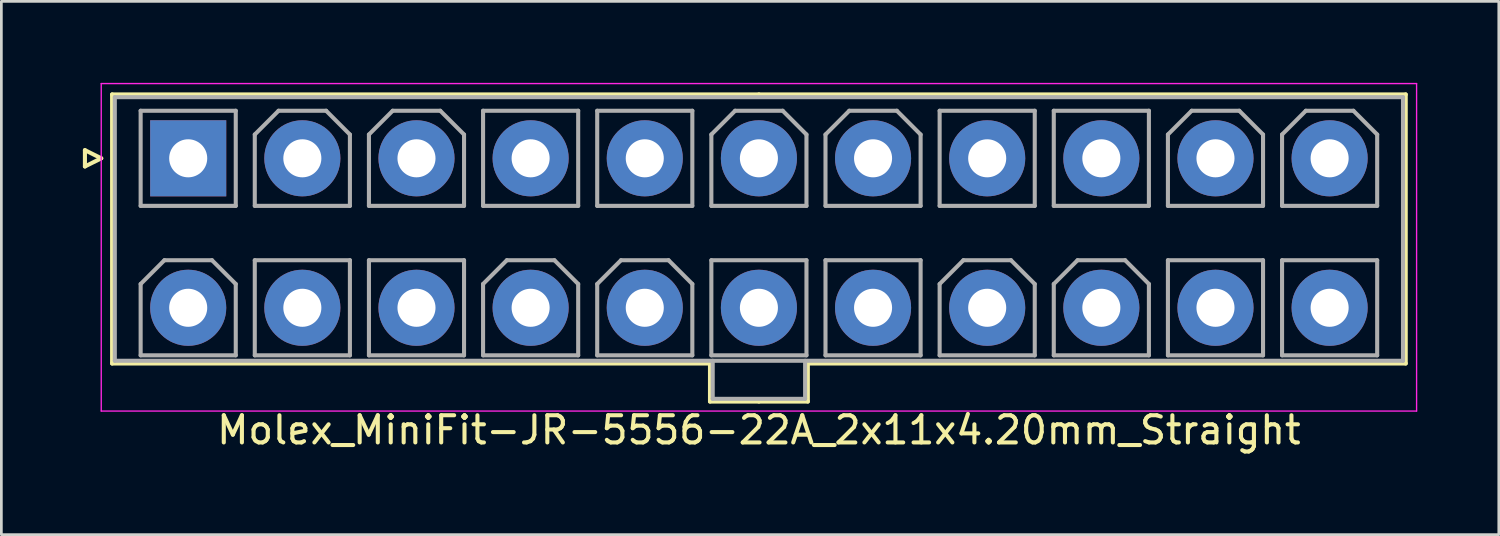
<source format=kicad_pcb>
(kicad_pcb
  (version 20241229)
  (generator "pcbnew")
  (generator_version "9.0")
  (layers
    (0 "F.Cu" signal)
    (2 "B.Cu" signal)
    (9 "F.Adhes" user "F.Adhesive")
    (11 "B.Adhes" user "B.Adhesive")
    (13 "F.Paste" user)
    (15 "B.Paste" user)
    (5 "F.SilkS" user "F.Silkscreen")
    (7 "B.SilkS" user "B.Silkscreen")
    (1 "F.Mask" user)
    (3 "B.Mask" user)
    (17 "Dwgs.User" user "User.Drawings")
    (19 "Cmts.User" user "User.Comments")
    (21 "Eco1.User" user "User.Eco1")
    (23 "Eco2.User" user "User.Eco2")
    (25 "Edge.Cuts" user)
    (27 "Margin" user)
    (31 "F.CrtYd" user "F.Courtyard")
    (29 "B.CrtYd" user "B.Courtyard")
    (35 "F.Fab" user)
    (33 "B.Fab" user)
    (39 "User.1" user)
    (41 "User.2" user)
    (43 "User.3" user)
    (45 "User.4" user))
  (footprint "Molex_MiniFit-JR-5556-22A_2x11x4.20mm_Straight"
    (layer "F.Cu")
    (at 3.875 2.775)
    (property "Reference" "Molex_MiniFit-JR-5556-22A_2x11x4.20mm_Straight" (at 21 10 0) (layer "F.SilkS") (effects (font (size 1 1) (thickness 0.15))))
    (attr through_hole)
    (fp_line (start -3.8 -0.3) (end -3.2 0) (stroke (width 0.15) (type solid)) (layer "F.SilkS"))
    (fp_line (start -3.8 0.3) (end -3.8 -0.3) (stroke (width 0.15) (type solid)) (layer "F.SilkS"))
    (fp_line (start -3.2 0) (end -3.8 0.3) (stroke (width 0.15) (type solid)) (layer "F.SilkS"))
    (fp_line (start -2.8 -2.35) (end -2.8 7.55) (stroke (width 0.15) (type solid)) (layer "F.SilkS"))
    (fp_line (start -2.8 7.55) (end 19.2 7.55) (stroke (width 0.15) (type solid)) (layer "F.SilkS"))
    (fp_line (start 19.2 7.55) (end 19.2 8.95) (stroke (width 0.15) (type solid)) (layer "F.SilkS"))
    (fp_line (start 19.2 8.95) (end 21 8.95) (stroke (width 0.15) (type solid)) (layer "F.SilkS"))
    (fp_line (start 21 -2.35) (end -2.8 -2.35) (stroke (width 0.15) (type solid)) (layer "F.SilkS"))
    (fp_line (start 21 -2.35) (end 44.8 -2.35) (stroke (width 0.15) (type solid)) (layer "F.SilkS"))
    (fp_line (start 22.8 7.55) (end 22.8 8.95) (stroke (width 0.15) (type solid)) (layer "F.SilkS"))
    (fp_line (start 22.8 8.95) (end 21 8.95) (stroke (width 0.15) (type solid)) (layer "F.SilkS"))
    (fp_line (start 44.8 -2.35) (end 44.8 7.55) (stroke (width 0.15) (type solid)) (layer "F.SilkS"))
    (fp_line (start 44.8 7.55) (end 22.8 7.55) (stroke (width 0.15) (type solid)) (layer "F.SilkS"))
    (fp_line (start -3.2 -2.75) (end -3.2 9.3) (stroke (width 0.05) (type solid)) (layer "F.CrtYd"))
    (fp_line (start -3.2 9.3) (end 45.2 9.3) (stroke (width 0.05) (type solid)) (layer "F.CrtYd"))
    (fp_line (start 45.2 -2.75) (end -3.2 -2.75) (stroke (width 0.05) (type solid)) (layer "F.CrtYd"))
    (fp_line (start 45.2 9.3) (end 45.2 -2.75) (stroke (width 0.05) (type solid)) (layer "F.CrtYd"))
    (fp_line (start -2.7 -2.25) (end -2.7 7.45) (stroke (width 0.15) (type solid)) (layer "F.Fab"))
    (fp_line (start -2.7 7.45) (end 44.7 7.45) (stroke (width 0.15) (type solid)) (layer "F.Fab"))
    (fp_line (start -1.75 -1.75) (end -1.75 1.75) (stroke (width 0.15) (type solid)) (layer "F.Fab"))
    (fp_line (start -1.75 1.75) (end 1.75 1.75) (stroke (width 0.15) (type solid)) (layer "F.Fab"))
    (fp_line (start -1.75 4.625) (end -0.875 3.75) (stroke (width 0.15) (type solid)) (layer "F.Fab"))
    (fp_line (start -1.75 7.25) (end -1.75 4.625) (stroke (width 0.15) (type solid)) (layer "F.Fab"))
    (fp_line (start -0.875 3.75) (end 0.875 3.75) (stroke (width 0.15) (type solid)) (layer "F.Fab"))
    (fp_line (start 0.875 3.75) (end 1.75 4.625) (stroke (width 0.15) (type solid)) (layer "F.Fab"))
    (fp_line (start 1.75 -1.75) (end -1.75 -1.75) (stroke (width 0.15) (type solid)) (layer "F.Fab"))
    (fp_line (start 1.75 1.75) (end 1.75 -1.75) (stroke (width 0.15) (type solid)) (layer "F.Fab"))
    (fp_line (start 1.75 4.625) (end 1.75 7.25) (stroke (width 0.15) (type solid)) (layer "F.Fab"))
    (fp_line (start 1.75 7.25) (end -1.75 7.25) (stroke (width 0.15) (type solid)) (layer "F.Fab"))
    (fp_line (start 2.45 -0.875) (end 3.325 -1.75) (stroke (width 0.15) (type solid)) (layer "F.Fab"))
    (fp_line (start 2.45 1.75) (end 2.45 -0.875) (stroke (width 0.15) (type solid)) (layer "F.Fab"))
    (fp_line (start 2.45 3.75) (end 2.45 7.25) (stroke (width 0.15) (type solid)) (layer "F.Fab"))
    (fp_line (start 2.45 7.25) (end 5.95 7.25) (stroke (width 0.15) (type solid)) (layer "F.Fab"))
    (fp_line (start 3.325 -1.75) (end 5.075 -1.75) (stroke (width 0.15) (type solid)) (layer "F.Fab"))
    (fp_line (start 5.075 -1.75) (end 5.95 -0.875) (stroke (width 0.15) (type solid)) (layer "F.Fab"))
    (fp_line (start 5.95 -0.875) (end 5.95 1.75) (stroke (width 0.15) (type solid)) (layer "F.Fab"))
    (fp_line (start 5.95 1.75) (end 2.45 1.75) (stroke (width 0.15) (type solid)) (layer "F.Fab"))
    (fp_line (start 5.95 3.75) (end 2.45 3.75) (stroke (width 0.15) (type solid)) (layer "F.Fab"))
    (fp_line (start 5.95 7.25) (end 5.95 3.75) (stroke (width 0.15) (type solid)) (layer "F.Fab"))
    (fp_line (start 6.65 -0.875) (end 7.525 -1.75) (stroke (width 0.15) (type solid)) (layer "F.Fab"))
    (fp_line (start 6.65 1.75) (end 6.65 -0.875) (stroke (width 0.15) (type solid)) (layer "F.Fab"))
    (fp_line (start 6.65 3.75) (end 6.65 7.25) (stroke (width 0.15) (type solid)) (layer "F.Fab"))
    (fp_line (start 6.65 7.25) (end 10.15 7.25) (stroke (width 0.15) (type solid)) (layer "F.Fab"))
    (fp_line (start 7.525 -1.75) (end 9.275 -1.75) (stroke (width 0.15) (type solid)) (layer "F.Fab"))
    (fp_line (start 9.275 -1.75) (end 10.15 -0.875) (stroke (width 0.15) (type solid)) (layer "F.Fab"))
    (fp_line (start 10.15 -0.875) (end 10.15 1.75) (stroke (width 0.15) (type solid)) (layer "F.Fab"))
    (fp_line (start 10.15 1.75) (end 6.65 1.75) (stroke (width 0.15) (type solid)) (layer "F.Fab"))
    (fp_line (start 10.15 3.75) (end 6.65 3.75) (stroke (width 0.15) (type solid)) (layer "F.Fab"))
    (fp_line (start 10.15 7.25) (end 10.15 3.75) (stroke (width 0.15) (type solid)) (layer "F.Fab"))
    (fp_line (start 10.85 -1.75) (end 10.85 1.75) (stroke (width 0.15) (type solid)) (layer "F.Fab"))
    (fp_line (start 10.85 1.75) (end 14.35 1.75) (stroke (width 0.15) (type solid)) (layer "F.Fab"))
    (fp_line (start 10.85 4.625) (end 11.725 3.75) (stroke (width 0.15) (type solid)) (layer "F.Fab"))
    (fp_line (start 10.85 7.25) (end 10.85 4.625) (stroke (width 0.15) (type solid)) (layer "F.Fab"))
    (fp_line (start 11.725 3.75) (end 13.475 3.75) (stroke (width 0.15) (type solid)) (layer "F.Fab"))
    (fp_line (start 13.475 3.75) (end 14.35 4.625) (stroke (width 0.15) (type solid)) (layer "F.Fab"))
    (fp_line (start 14.35 -1.75) (end 10.85 -1.75) (stroke (width 0.15) (type solid)) (layer "F.Fab"))
    (fp_line (start 14.35 1.75) (end 14.35 -1.75) (stroke (width 0.15) (type solid)) (layer "F.Fab"))
    (fp_line (start 14.35 4.625) (end 14.35 7.25) (stroke (width 0.15) (type solid)) (layer "F.Fab"))
    (fp_line (start 14.35 7.25) (end 10.85 7.25) (stroke (width 0.15) (type solid)) (layer "F.Fab"))
    (fp_line (start 15.05 -1.75) (end 15.05 1.75) (stroke (width 0.15) (type solid)) (layer "F.Fab"))
    (fp_line (start 15.05 1.75) (end 18.55 1.75) (stroke (width 0.15) (type solid)) (layer "F.Fab"))
    (fp_line (start 15.05 4.625) (end 15.925 3.75) (stroke (width 0.15) (type solid)) (layer "F.Fab"))
    (fp_line (start 15.05 7.25) (end 15.05 4.625) (stroke (width 0.15) (type solid)) (layer "F.Fab"))
    (fp_line (start 15.925 3.75) (end 17.675 3.75) (stroke (width 0.15) (type solid)) (layer "F.Fab"))
    (fp_line (start 17.675 3.75) (end 18.55 4.625) (stroke (width 0.15) (type solid)) (layer "F.Fab"))
    (fp_line (start 18.55 -1.75) (end 15.05 -1.75) (stroke (width 0.15) (type solid)) (layer "F.Fab"))
    (fp_line (start 18.55 1.75) (end 18.55 -1.75) (stroke (width 0.15) (type solid)) (layer "F.Fab"))
    (fp_line (start 18.55 4.625) (end 18.55 7.25) (stroke (width 0.15) (type solid)) (layer "F.Fab"))
    (fp_line (start 18.55 7.25) (end 15.05 7.25) (stroke (width 0.15) (type solid)) (layer "F.Fab"))
    (fp_line (start 19.25 -0.875) (end 20.125 -1.75) (stroke (width 0.15) (type solid)) (layer "F.Fab"))
    (fp_line (start 19.25 1.75) (end 19.25 -0.875) (stroke (width 0.15) (type solid)) (layer "F.Fab"))
    (fp_line (start 19.25 3.75) (end 19.25 7.25) (stroke (width 0.15) (type solid)) (layer "F.Fab"))
    (fp_line (start 19.25 7.25) (end 22.75 7.25) (stroke (width 0.15) (type solid)) (layer "F.Fab"))
    (fp_line (start 19.3 7.45) (end 19.3 8.85) (stroke (width 0.15) (type solid)) (layer "F.Fab"))
    (fp_line (start 19.3 8.85) (end 22.7 8.85) (stroke (width 0.15) (type solid)) (layer "F.Fab"))
    (fp_line (start 20.125 -1.75) (end 21.875 -1.75) (stroke (width 0.15) (type solid)) (layer "F.Fab"))
    (fp_line (start 21.875 -1.75) (end 22.75 -0.875) (stroke (width 0.15) (type solid)) (layer "F.Fab"))
    (fp_line (start 22.7 8.85) (end 22.7 7.45) (stroke (width 0.15) (type solid)) (layer "F.Fab"))
    (fp_line (start 22.75 -0.875) (end 22.75 1.75) (stroke (width 0.15) (type solid)) (layer "F.Fab"))
    (fp_line (start 22.75 1.75) (end 19.25 1.75) (stroke (width 0.15) (type solid)) (layer "F.Fab"))
    (fp_line (start 22.75 3.75) (end 19.25 3.75) (stroke (width 0.15) (type solid)) (layer "F.Fab"))
    (fp_line (start 22.75 7.25) (end 22.75 3.75) (stroke (width 0.15) (type solid)) (layer "F.Fab"))
    (fp_line (start 23.45 -0.875) (end 24.325 -1.75) (stroke (width 0.15) (type solid)) (layer "F.Fab"))
    (fp_line (start 23.45 1.75) (end 23.45 -0.875) (stroke (width 0.15) (type solid)) (layer "F.Fab"))
    (fp_line (start 23.45 3.75) (end 23.45 7.25) (stroke (width 0.15) (type solid)) (layer "F.Fab"))
    (fp_line (start 23.45 7.25) (end 26.95 7.25) (stroke (width 0.15) (type solid)) (layer "F.Fab"))
    (fp_line (start 24.325 -1.75) (end 26.075 -1.75) (stroke (width 0.15) (type solid)) (layer "F.Fab"))
    (fp_line (start 26.075 -1.75) (end 26.95 -0.875) (stroke (width 0.15) (type solid)) (layer "F.Fab"))
    (fp_line (start 26.95 -0.875) (end 26.95 1.75) (stroke (width 0.15) (type solid)) (layer "F.Fab"))
    (fp_line (start 26.95 1.75) (end 23.45 1.75) (stroke (width 0.15) (type solid)) (layer "F.Fab"))
    (fp_line (start 26.95 3.75) (end 23.45 3.75) (stroke (width 0.15) (type solid)) (layer "F.Fab"))
    (fp_line (start 26.95 7.25) (end 26.95 3.75) (stroke (width 0.15) (type solid)) (layer "F.Fab"))
    (fp_line (start 27.65 -1.75) (end 27.65 1.75) (stroke (width 0.15) (type solid)) (layer "F.Fab"))
    (fp_line (start 27.65 1.75) (end 31.15 1.75) (stroke (width 0.15) (type solid)) (layer "F.Fab"))
    (fp_line (start 27.65 4.625) (end 28.525 3.75) (stroke (width 0.15) (type solid)) (layer "F.Fab"))
    (fp_line (start 27.65 7.25) (end 27.65 4.625) (stroke (width 0.15) (type solid)) (layer "F.Fab"))
    (fp_line (start 28.525 3.75) (end 30.275 3.75) (stroke (width 0.15) (type solid)) (layer "F.Fab"))
    (fp_line (start 30.275 3.75) (end 31.15 4.625) (stroke (width 0.15) (type solid)) (layer "F.Fab"))
    (fp_line (start 31.15 -1.75) (end 27.65 -1.75) (stroke (width 0.15) (type solid)) (layer "F.Fab"))
    (fp_line (start 31.15 1.75) (end 31.15 -1.75) (stroke (width 0.15) (type solid)) (layer "F.Fab"))
    (fp_line (start 31.15 4.625) (end 31.15 7.25) (stroke (width 0.15) (type solid)) (layer "F.Fab"))
    (fp_line (start 31.15 7.25) (end 27.65 7.25) (stroke (width 0.15) (type solid)) (layer "F.Fab"))
    (fp_line (start 31.85 -1.75) (end 31.85 1.75) (stroke (width 0.15) (type solid)) (layer "F.Fab"))
    (fp_line (start 31.85 1.75) (end 35.35 1.75) (stroke (width 0.15) (type solid)) (layer "F.Fab"))
    (fp_line (start 31.85 4.625) (end 32.725 3.75) (stroke (width 0.15) (type solid)) (layer "F.Fab"))
    (fp_line (start 31.85 7.25) (end 31.85 4.625) (stroke (width 0.15) (type solid)) (layer "F.Fab"))
    (fp_line (start 32.725 3.75) (end 34.475 3.75) (stroke (width 0.15) (type solid)) (layer "F.Fab"))
    (fp_line (start 34.475 3.75) (end 35.35 4.625) (stroke (width 0.15) (type solid)) (layer "F.Fab"))
    (fp_line (start 35.35 -1.75) (end 31.85 -1.75) (stroke (width 0.15) (type solid)) (layer "F.Fab"))
    (fp_line (start 35.35 1.75) (end 35.35 -1.75) (stroke (width 0.15) (type solid)) (layer "F.Fab"))
    (fp_line (start 35.35 4.625) (end 35.35 7.25) (stroke (width 0.15) (type solid)) (layer "F.Fab"))
    (fp_line (start 35.35 7.25) (end 31.85 7.25) (stroke (width 0.15) (type solid)) (layer "F.Fab"))
    (fp_line (start 36.05 -0.875) (end 36.925 -1.75) (stroke (width 0.15) (type solid)) (layer "F.Fab"))
    (fp_line (start 36.05 1.75) (end 36.05 -0.875) (stroke (width 0.15) (type solid)) (layer "F.Fab"))
    (fp_line (start 36.05 3.75) (end 36.05 7.25) (stroke (width 0.15) (type solid)) (layer "F.Fab"))
    (fp_line (start 36.05 7.25) (end 39.55 7.25) (stroke (width 0.15) (type solid)) (layer "F.Fab"))
    (fp_line (start 36.925 -1.75) (end 38.675 -1.75) (stroke (width 0.15) (type solid)) (layer "F.Fab"))
    (fp_line (start 38.675 -1.75) (end 39.55 -0.875) (stroke (width 0.15) (type solid)) (layer "F.Fab"))
    (fp_line (start 39.55 -0.875) (end 39.55 1.75) (stroke (width 0.15) (type solid)) (layer "F.Fab"))
    (fp_line (start 39.55 1.75) (end 36.05 1.75) (stroke (width 0.15) (type solid)) (layer "F.Fab"))
    (fp_line (start 39.55 3.75) (end 36.05 3.75) (stroke (width 0.15) (type solid)) (layer "F.Fab"))
    (fp_line (start 39.55 7.25) (end 39.55 3.75) (stroke (width 0.15) (type solid)) (layer "F.Fab"))
    (fp_line (start 40.25 -0.875) (end 41.125 -1.75) (stroke (width 0.15) (type solid)) (layer "F.Fab"))
    (fp_line (start 40.25 1.75) (end 40.25 -0.875) (stroke (width 0.15) (type solid)) (layer "F.Fab"))
    (fp_line (start 40.25 3.75) (end 40.25 7.25) (stroke (width 0.15) (type solid)) (layer "F.Fab"))
    (fp_line (start 40.25 7.25) (end 43.75 7.25) (stroke (width 0.15) (type solid)) (layer "F.Fab"))
    (fp_line (start 41.125 -1.75) (end 42.875 -1.75) (stroke (width 0.15) (type solid)) (layer "F.Fab"))
    (fp_line (start 42.875 -1.75) (end 43.75 -0.875) (stroke (width 0.15) (type solid)) (layer "F.Fab"))
    (fp_line (start 43.75 -0.875) (end 43.75 1.75) (stroke (width 0.15) (type solid)) (layer "F.Fab"))
    (fp_line (start 43.75 1.75) (end 40.25 1.75) (stroke (width 0.15) (type solid)) (layer "F.Fab"))
    (fp_line (start 43.75 3.75) (end 40.25 3.75) (stroke (width 0.15) (type solid)) (layer "F.Fab"))
    (fp_line (start 43.75 7.25) (end 43.75 3.75) (stroke (width 0.15) (type solid)) (layer "F.Fab"))
    (fp_line (start 44.7 -2.25) (end -2.7 -2.25) (stroke (width 0.15) (type solid)) (layer "F.Fab"))
    (fp_line (start 44.7 7.45) (end 44.7 -2.25) (stroke (width 0.15) (type solid)) (layer "F.Fab"))
    (pad "1" thru_hole rect (at 0 0) (size 2.8 2.8) (drill 1.4) (layers "*.Cu" "*.Mask"))
    (pad "2" thru_hole circle (at 4.2 0) (size 2.8 2.8) (drill 1.4) (layers "*.Cu" "*.Mask"))
    (pad "3" thru_hole circle (at 8.4 0) (size 2.8 2.8) (drill 1.4) (layers "*.Cu" "*.Mask"))
    (pad "4" thru_hole circle (at 12.6 0) (size 2.8 2.8) (drill 1.4) (layers "*.Cu" "*.Mask"))
    (pad "5" thru_hole circle (at 16.8 0) (size 2.8 2.8) (drill 1.4) (layers "*.Cu" "*.Mask"))
    (pad "6" thru_hole circle (at 21 0) (size 2.8 2.8) (drill 1.4) (layers "*.Cu" "*.Mask"))
    (pad "7" thru_hole circle (at 25.2 0) (size 2.8 2.8) (drill 1.4) (layers "*.Cu" "*.Mask"))
    (pad "8" thru_hole circle (at 29.4 0) (size 2.8 2.8) (drill 1.4) (layers "*.Cu" "*.Mask"))
    (pad "9" thru_hole circle (at 33.6 0) (size 2.8 2.8) (drill 1.4) (layers "*.Cu" "*.Mask"))
    (pad "10" thru_hole circle (at 37.8 0) (size 2.8 2.8) (drill 1.4) (layers "*.Cu" "*.Mask"))
    (pad "11" thru_hole circle (at 42 0) (size 2.8 2.8) (drill 1.4) (layers "*.Cu" "*.Mask"))
    (pad "12" thru_hole circle (at 0 5.5) (size 2.8 2.8) (drill 1.4) (layers "*.Cu" "*.Mask"))
    (pad "13" thru_hole circle (at 4.2 5.5) (size 2.8 2.8) (drill 1.4) (layers "*.Cu" "*.Mask"))
    (pad "14" thru_hole circle (at 8.4 5.5) (size 2.8 2.8) (drill 1.4) (layers "*.Cu" "*.Mask"))
    (pad "15" thru_hole circle (at 12.6 5.5) (size 2.8 2.8) (drill 1.4) (layers "*.Cu" "*.Mask"))
    (pad "16" thru_hole circle (at 16.8 5.5) (size 2.8 2.8) (drill 1.4) (layers "*.Cu" "*.Mask"))
    (pad "17" thru_hole circle (at 21 5.5) (size 2.8 2.8) (drill 1.4) (layers "*.Cu" "*.Mask"))
    (pad "18" thru_hole circle (at 25.2 5.5) (size 2.8 2.8) (drill 1.4) (layers "*.Cu" "*.Mask"))
    (pad "19" thru_hole circle (at 29.4 5.5) (size 2.8 2.8) (drill 1.4) (layers "*.Cu" "*.Mask"))
    (pad "20" thru_hole circle (at 33.6 5.5) (size 2.8 2.8) (drill 1.4) (layers "*.Cu" "*.Mask"))
    (pad "21" thru_hole circle (at 37.8 5.5) (size 2.8 2.8) (drill 1.4) (layers "*.Cu" "*.Mask"))
    (pad "22" thru_hole circle (at 42 5.5) (size 2.8 2.8) (drill 1.4) (layers "*.Cu" "*.Mask")))
  (gr_rect
    (start -3 -3)
    (end 52.1 16.623)
    (stroke (width 0.1) (type default))
    (fill no)
    (layer "Edge.Cuts")))
</source>
